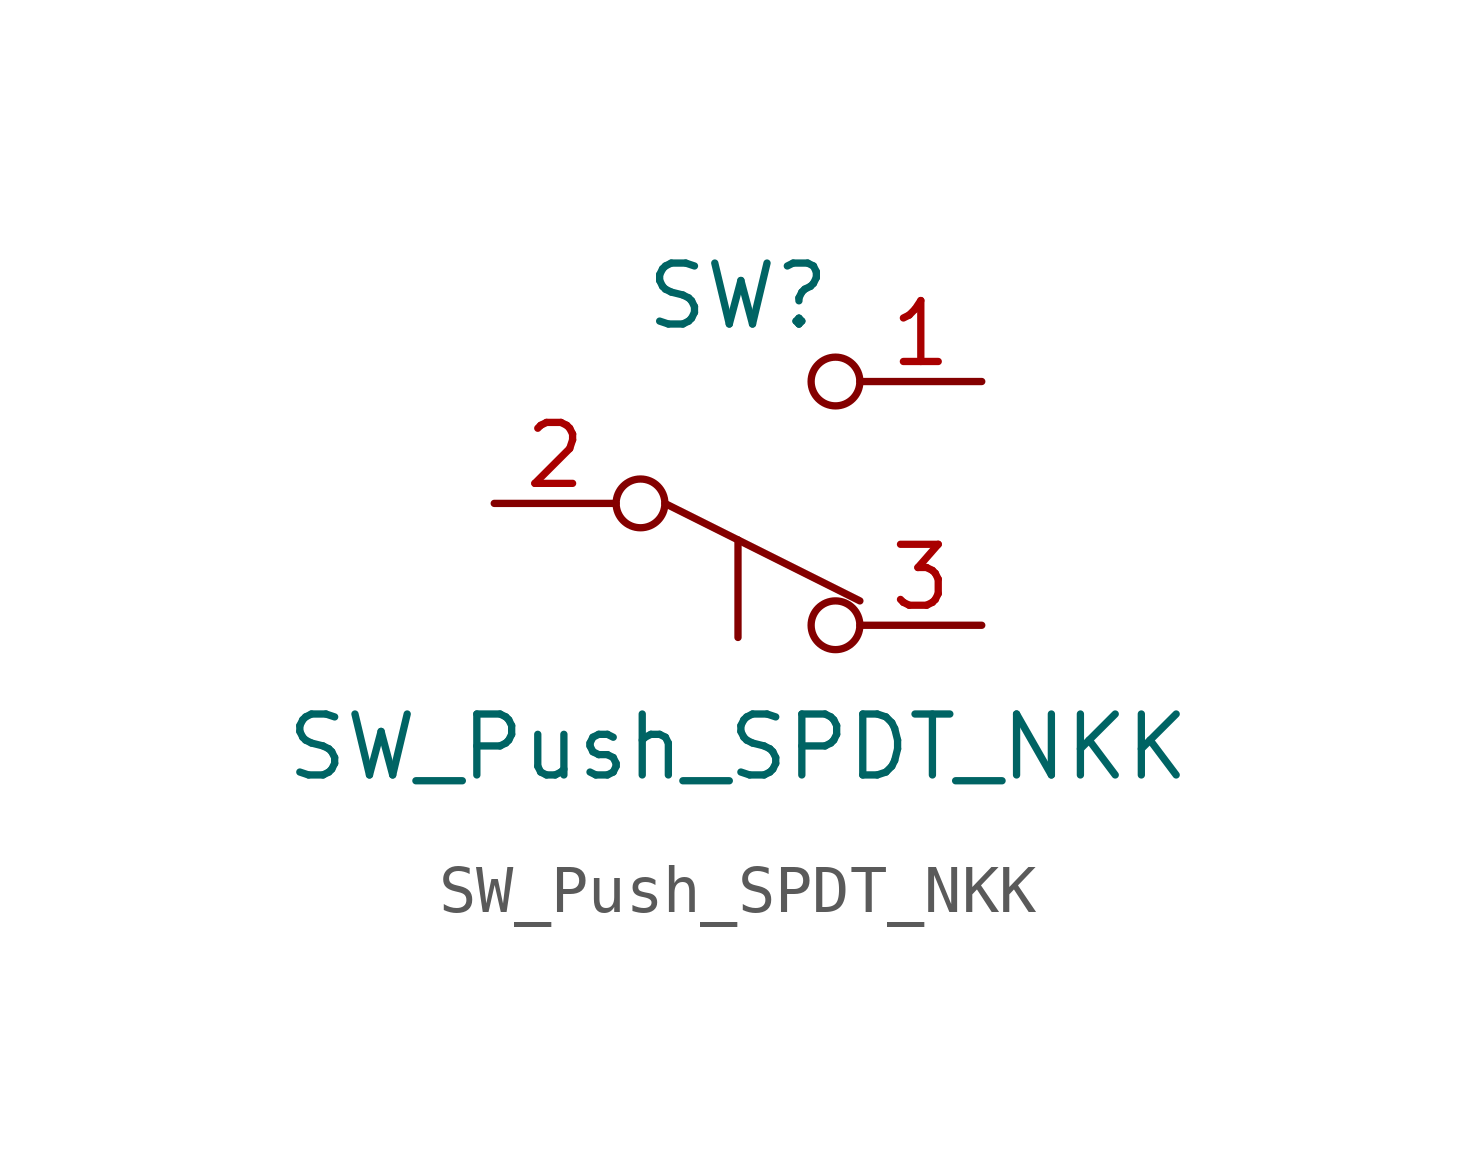
<source format=kicad_sym>
(kicad_symbol_lib
  (version 20211014)
  (generator kicad_symbol_editor)
  (symbol "SW_Push_SPDT_NKK"
    (pin_names
      (offset 0) hide)
    (property "Reference" "SW"
      (at 0 4.318 0)
      (effects (font (size 1.27 1.27))))
    (property "Value" "SW_Push_SPDT_NKK"
      (at 0 -5.08 0)
      (effects (font (size 1.27 1.27))))
    (symbol "SW_Push_SPDT_NKK_0_0"
      (circle (center -2.032 0) (radius 0.508) (stroke (width 0) (type default) (color 0 0 0 0)) (fill (type none)))
      (polyline (pts (xy 0 -2.794) (xy 0 -0.762)) (stroke (width 0) (type default) (color 0 0 0 0)) (fill (type none)))
      (circle (center 2.032 -2.54) (radius 0.508) (stroke (width 0) (type default) (color 0 0 0 0)) (fill (type none))))
    (symbol "SW_Push_SPDT_NKK_0_1"
      (polyline (pts (xy -1.524 0) (xy 2.54 -2.032)) (stroke (width 0) (type default) (color 0 0 0 0)) (fill (type none)))
      (circle (center 2.032 2.54) (radius 0.508) (stroke (width 0) (type default) (color 0 0 0 0)) (fill (type none))))
    (symbol "SW_Push_SPDT_NKK_1_1"
      (pin passive line (at 5.08 2.54 180) (length 2.54) (name "A" (effects (font (size 1.27 1.27)))) (number "1" (effects (font (size 1.27 1.27)))))
      (pin passive line (at -5.08 0 0) (length 2.54) (name "B" (effects (font (size 1.27 1.27)))) (number "2" (effects (font (size 1.27 1.27)))))
      (pin passive line (at 5.08 -2.54 180) (length 2.54) (name "C" (effects (font (size 1.27 1.27)))) (number "3" (effects (font (size 1.27 1.27))))))))
</source>
